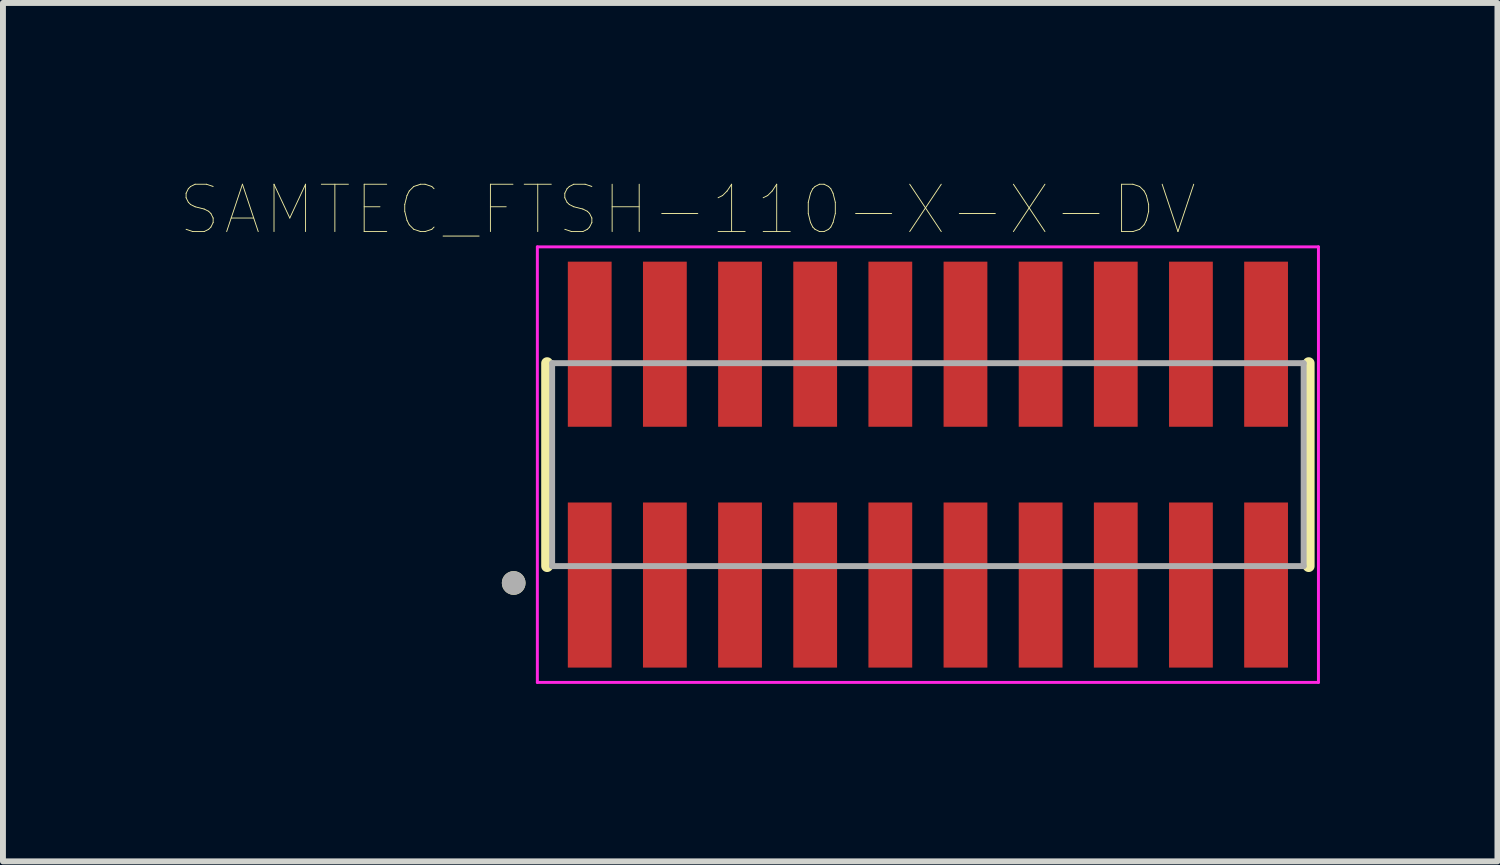
<source format=kicad_pcb>
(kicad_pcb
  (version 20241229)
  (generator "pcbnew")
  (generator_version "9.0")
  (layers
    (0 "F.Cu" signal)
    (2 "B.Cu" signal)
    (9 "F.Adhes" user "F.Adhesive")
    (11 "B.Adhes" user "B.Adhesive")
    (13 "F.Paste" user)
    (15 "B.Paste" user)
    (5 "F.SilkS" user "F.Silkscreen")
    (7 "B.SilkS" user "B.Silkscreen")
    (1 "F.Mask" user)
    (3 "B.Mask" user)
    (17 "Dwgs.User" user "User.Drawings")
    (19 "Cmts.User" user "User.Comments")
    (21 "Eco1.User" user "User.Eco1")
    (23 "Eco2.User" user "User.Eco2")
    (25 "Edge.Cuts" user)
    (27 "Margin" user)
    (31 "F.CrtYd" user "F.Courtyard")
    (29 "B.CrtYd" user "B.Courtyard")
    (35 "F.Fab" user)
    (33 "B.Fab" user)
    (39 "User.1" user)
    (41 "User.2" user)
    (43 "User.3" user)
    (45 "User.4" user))
  (footprint "SAMTEC_FTSH-110-X-X-DV"
    (layer "F.Cu")
    (at 12.631 4.802)
    (property "Reference" "SAMTEC_FTSH-110-X-X-DV" (at -4.06 -4.308 0) (layer "F.SilkS") (effects (font (size 0.8 0.8) (thickness 0.015))))
    (attr through_hole)
    (fp_line (start -6.435 -1.715) (end -6.435 1.715) (stroke (width 0.2) (type solid)) (layer "F.SilkS"))
    (fp_line (start 6.435 -1.715) (end 6.435 1.715) (stroke (width 0.2) (type solid)) (layer "F.SilkS"))
    (fp_circle (center -7 2) (end -6.9 2) (stroke (width 0.2) (type solid)) (fill no) (layer "F.SilkS"))
    (fp_line (start -6.6 -3.68) (end 6.6 -3.68) (stroke (width 0.05) (type solid)) (layer "F.CrtYd"))
    (fp_line (start -6.6 3.68) (end -6.6 -3.68) (stroke (width 0.05) (type solid)) (layer "F.CrtYd"))
    (fp_line (start 6.6 -3.68) (end 6.6 3.68) (stroke (width 0.05) (type solid)) (layer "F.CrtYd"))
    (fp_line (start 6.6 3.68) (end -6.6 3.68) (stroke (width 0.05) (type solid)) (layer "F.CrtYd"))
    (fp_line (start -6.35 -1.715) (end 6.35 -1.715) (stroke (width 0.1) (type solid)) (layer "F.Fab"))
    (fp_line (start -6.35 1.715) (end -6.35 -1.715) (stroke (width 0.1) (type solid)) (layer "F.Fab"))
    (fp_line (start 6.35 -1.715) (end 6.35 1.715) (stroke (width 0.1) (type solid)) (layer "F.Fab"))
    (fp_line (start 6.35 1.715) (end -6.35 1.715) (stroke (width 0.1) (type solid)) (layer "F.Fab"))
    (fp_circle (center -7 2) (end -6.9 2) (stroke (width 0.2) (type solid)) (fill no) (layer "F.Fab"))
    (pad "01" smd rect (at -5.715 2.035) (size 0.74 2.79) (layers "F.Cu" "F.Mask" "F.Paste"))
    (pad "02" smd rect (at -5.715 -2.035) (size 0.74 2.79) (layers "F.Cu" "F.Mask" "F.Paste"))
    (pad "03" smd rect (at -4.445 2.035) (size 0.74 2.79) (layers "F.Cu" "F.Mask" "F.Paste"))
    (pad "04" smd rect (at -4.445 -2.035) (size 0.74 2.79) (layers "F.Cu" "F.Mask" "F.Paste"))
    (pad "05" smd rect (at -3.175 2.035) (size 0.74 2.79) (layers "F.Cu" "F.Mask" "F.Paste"))
    (pad "06" smd rect (at -3.175 -2.035) (size 0.74 2.79) (layers "F.Cu" "F.Mask" "F.Paste"))
    (pad "07" smd rect (at -1.905 2.035) (size 0.74 2.79) (layers "F.Cu" "F.Mask" "F.Paste"))
    (pad "08" smd rect (at -1.905 -2.035) (size 0.74 2.79) (layers "F.Cu" "F.Mask" "F.Paste"))
    (pad "09" smd rect (at -0.635 2.035) (size 0.74 2.79) (layers "F.Cu" "F.Mask" "F.Paste"))
    (pad "10" smd rect (at -0.635 -2.035) (size 0.74 2.79) (layers "F.Cu" "F.Mask" "F.Paste"))
    (pad "11" smd rect (at 0.635 2.035) (size 0.74 2.79) (layers "F.Cu" "F.Mask" "F.Paste"))
    (pad "12" smd rect (at 0.635 -2.035) (size 0.74 2.79) (layers "F.Cu" "F.Mask" "F.Paste"))
    (pad "13" smd rect (at 1.905 2.035) (size 0.74 2.79) (layers "F.Cu" "F.Mask" "F.Paste"))
    (pad "14" smd rect (at 1.905 -2.035) (size 0.74 2.79) (layers "F.Cu" "F.Mask" "F.Paste"))
    (pad "15" smd rect (at 3.175 2.035) (size 0.74 2.79) (layers "F.Cu" "F.Mask" "F.Paste"))
    (pad "16" smd rect (at 3.175 -2.035) (size 0.74 2.79) (layers "F.Cu" "F.Mask" "F.Paste"))
    (pad "17" smd rect (at 4.445 2.035) (size 0.74 2.79) (layers "F.Cu" "F.Mask" "F.Paste"))
    (pad "18" smd rect (at 4.445 -2.035) (size 0.74 2.79) (layers "F.Cu" "F.Mask" "F.Paste"))
    (pad "19" smd rect (at 5.715 2.035) (size 0.74 2.79) (layers "F.Cu" "F.Mask" "F.Paste"))
    (pad "20" smd rect (at 5.715 -2.035) (size 0.74 2.79) (layers "F.Cu" "F.Mask" "F.Paste")))
  (gr_rect
    (start -3 -3)
    (end 22.256 11.507)
    (stroke (width 0.1) (type default))
    (fill no)
    (layer "Edge.Cuts")))
</source>
